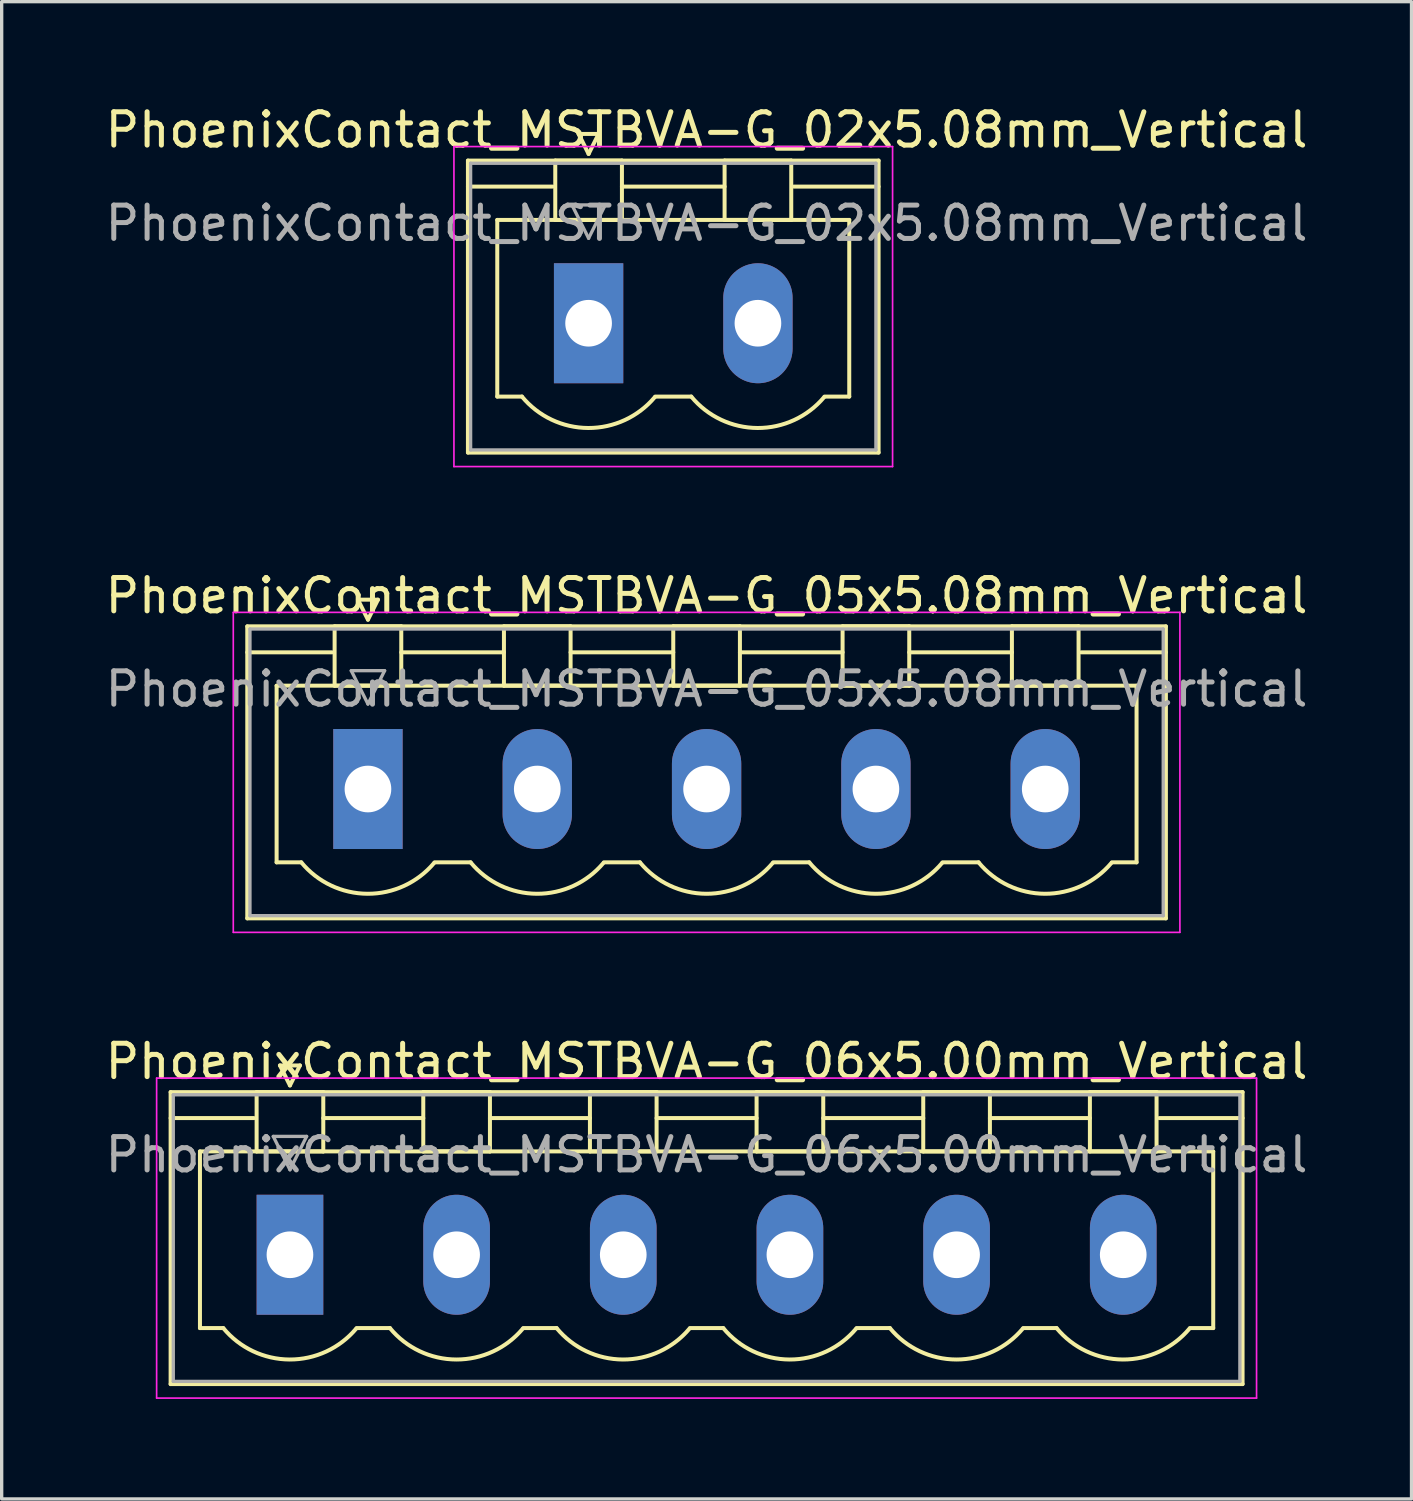
<source format=kicad_pcb>
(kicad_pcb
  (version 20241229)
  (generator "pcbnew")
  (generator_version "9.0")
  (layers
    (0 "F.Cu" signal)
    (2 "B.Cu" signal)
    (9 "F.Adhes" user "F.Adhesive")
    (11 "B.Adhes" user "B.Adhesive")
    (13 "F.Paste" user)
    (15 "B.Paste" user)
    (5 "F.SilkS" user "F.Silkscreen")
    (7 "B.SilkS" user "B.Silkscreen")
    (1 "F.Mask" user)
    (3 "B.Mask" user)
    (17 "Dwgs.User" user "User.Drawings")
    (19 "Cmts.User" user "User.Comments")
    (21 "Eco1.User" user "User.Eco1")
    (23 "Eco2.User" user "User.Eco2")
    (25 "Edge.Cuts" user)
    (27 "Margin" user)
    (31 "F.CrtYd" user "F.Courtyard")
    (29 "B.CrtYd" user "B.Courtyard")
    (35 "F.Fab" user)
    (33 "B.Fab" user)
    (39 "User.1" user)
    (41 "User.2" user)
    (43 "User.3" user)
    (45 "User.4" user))
  (footprint "PhoenixContact_MSTBVA-G_06x5.00mm_Vertical"
    (layer "F.Cu")
    (at 5.649 34.595)
    (property "Reference" "PhoenixContact_MSTBVA-G_06x5.00mm_Vertical" (at 12.5 -5.8 0) (layer "F.SilkS") (effects (font (size 1 1) (thickness 0.15))))
    (attr through_hole)
    (fp_line (start -3.58 -4.88) (end -3.58 3.88) (stroke (width 0.12) (type solid)) (layer "F.SilkS"))
    (fp_line (start -3.58 -4.1) (end -1.08 -4.1) (stroke (width 0.12) (type solid)) (layer "F.SilkS"))
    (fp_line (start -3.58 3.88) (end 28.58 3.88) (stroke (width 0.12) (type solid)) (layer "F.SilkS"))
    (fp_line (start -2.7 -3.1) (end 27.7 -3.1) (stroke (width 0.12) (type solid)) (layer "F.SilkS"))
    (fp_line (start -2.7 2.2) (end -2.7 -3.1) (stroke (width 0.12) (type solid)) (layer "F.SilkS"))
    (fp_line (start -2 2.2) (end -2.7 2.2) (stroke (width 0.12) (type solid)) (layer "F.SilkS"))
    (fp_line (start -1 -4.88) (end 1 -4.88) (stroke (width 0.12) (type solid)) (layer "F.SilkS"))
    (fp_line (start -1 -3.1) (end -1 -4.88) (stroke (width 0.12) (type solid)) (layer "F.SilkS"))
    (fp_line (start -0.3 -5.68) (end 0.3 -5.68) (stroke (width 0.12) (type solid)) (layer "F.SilkS"))
    (fp_line (start 0 -5.08) (end -0.3 -5.68) (stroke (width 0.12) (type solid)) (layer "F.SilkS"))
    (fp_line (start 0.3 -5.68) (end 0 -5.08) (stroke (width 0.12) (type solid)) (layer "F.SilkS"))
    (fp_line (start 1 -4.88) (end 1 -3.1) (stroke (width 0.12) (type solid)) (layer "F.SilkS"))
    (fp_line (start 1 -4.1) (end 4 -4.1) (stroke (width 0.12) (type solid)) (layer "F.SilkS"))
    (fp_line (start 1 -3.1) (end -1 -3.1) (stroke (width 0.12) (type solid)) (layer "F.SilkS"))
    (fp_line (start 2 2.2) (end 3 2.2) (stroke (width 0.12) (type solid)) (layer "F.SilkS"))
    (fp_line (start 4 -4.88) (end 6 -4.88) (stroke (width 0.12) (type solid)) (layer "F.SilkS"))
    (fp_line (start 4 -3.1) (end 4 -4.88) (stroke (width 0.12) (type solid)) (layer "F.SilkS"))
    (fp_line (start 6 -4.88) (end 6 -3.1) (stroke (width 0.12) (type solid)) (layer "F.SilkS"))
    (fp_line (start 6 -4.1) (end 9 -4.1) (stroke (width 0.12) (type solid)) (layer "F.SilkS"))
    (fp_line (start 6 -3.1) (end 4 -3.1) (stroke (width 0.12) (type solid)) (layer "F.SilkS"))
    (fp_line (start 7 2.2) (end 8 2.2) (stroke (width 0.12) (type solid)) (layer "F.SilkS"))
    (fp_line (start 9 -4.88) (end 11 -4.88) (stroke (width 0.12) (type solid)) (layer "F.SilkS"))
    (fp_line (start 9 -3.1) (end 9 -4.88) (stroke (width 0.12) (type solid)) (layer "F.SilkS"))
    (fp_line (start 11 -4.88) (end 11 -3.1) (stroke (width 0.12) (type solid)) (layer "F.SilkS"))
    (fp_line (start 11 -4.1) (end 14 -4.1) (stroke (width 0.12) (type solid)) (layer "F.SilkS"))
    (fp_line (start 11 -3.1) (end 9 -3.1) (stroke (width 0.12) (type solid)) (layer "F.SilkS"))
    (fp_line (start 12 2.2) (end 13 2.2) (stroke (width 0.12) (type solid)) (layer "F.SilkS"))
    (fp_line (start 14 -4.88) (end 16 -4.88) (stroke (width 0.12) (type solid)) (layer "F.SilkS"))
    (fp_line (start 14 -3.1) (end 14 -4.88) (stroke (width 0.12) (type solid)) (layer "F.SilkS"))
    (fp_line (start 16 -4.88) (end 16 -3.1) (stroke (width 0.12) (type solid)) (layer "F.SilkS"))
    (fp_line (start 16 -4.1) (end 19 -4.1) (stroke (width 0.12) (type solid)) (layer "F.SilkS"))
    (fp_line (start 16 -3.1) (end 14 -3.1) (stroke (width 0.12) (type solid)) (layer "F.SilkS"))
    (fp_line (start 17 2.2) (end 18 2.2) (stroke (width 0.12) (type solid)) (layer "F.SilkS"))
    (fp_line (start 19 -4.88) (end 21 -4.88) (stroke (width 0.12) (type solid)) (layer "F.SilkS"))
    (fp_line (start 19 -3.1) (end 19 -4.88) (stroke (width 0.12) (type solid)) (layer "F.SilkS"))
    (fp_line (start 21 -4.88) (end 21 -3.1) (stroke (width 0.12) (type solid)) (layer "F.SilkS"))
    (fp_line (start 21 -4.1) (end 24 -4.1) (stroke (width 0.12) (type solid)) (layer "F.SilkS"))
    (fp_line (start 21 -3.1) (end 19 -3.1) (stroke (width 0.12) (type solid)) (layer "F.SilkS"))
    (fp_line (start 22 2.2) (end 23 2.2) (stroke (width 0.12) (type solid)) (layer "F.SilkS"))
    (fp_line (start 24 -4.88) (end 26 -4.88) (stroke (width 0.12) (type solid)) (layer "F.SilkS"))
    (fp_line (start 24 -3.1) (end 24 -4.88) (stroke (width 0.12) (type solid)) (layer "F.SilkS"))
    (fp_line (start 26 -4.88) (end 26 -3.1) (stroke (width 0.12) (type solid)) (layer "F.SilkS"))
    (fp_line (start 26 -3.1) (end 24 -3.1) (stroke (width 0.12) (type solid)) (layer "F.SilkS"))
    (fp_line (start 27.7 -3.1) (end 27.7 2.2) (stroke (width 0.12) (type solid)) (layer "F.SilkS"))
    (fp_line (start 27.7 2.2) (end 27 2.2) (stroke (width 0.12) (type solid)) (layer "F.SilkS"))
    (fp_line (start 28.58 -4.88) (end -3.58 -4.88) (stroke (width 0.12) (type solid)) (layer "F.SilkS"))
    (fp_line (start 28.58 -4.1) (end 26.08 -4.1) (stroke (width 0.12) (type solid)) (layer "F.SilkS"))
    (fp_line (start 28.58 3.88) (end 28.58 -4.88) (stroke (width 0.12) (type solid)) (layer "F.SilkS"))
    (fp_arc (start 1.986842 2.215821) (mid -0.010289 3.142758) (end -2 2.2) (stroke (width 0.12) (type solid)) (layer "F.SilkS"))
    (fp_arc (start 6.986842 2.215821) (mid 4.989711 3.142758) (end 3 2.2) (stroke (width 0.12) (type solid)) (layer "F.SilkS"))
    (fp_arc (start 11.986842 2.215821) (mid 9.989711 3.142758) (end 8 2.2) (stroke (width 0.12) (type solid)) (layer "F.SilkS"))
    (fp_arc (start 16.986842 2.215821) (mid 14.989711 3.142758) (end 13 2.2) (stroke (width 0.12) (type solid)) (layer "F.SilkS"))
    (fp_arc (start 21.986842 2.215821) (mid 19.989711 3.142758) (end 18 2.2) (stroke (width 0.12) (type solid)) (layer "F.SilkS"))
    (fp_arc (start 26.986842 2.215821) (mid 24.989711 3.142758) (end 23 2.2) (stroke (width 0.12) (type solid)) (layer "F.SilkS"))
    (fp_line (start -4 -5.3) (end -4 4.3) (stroke (width 0.05) (type solid)) (layer "F.CrtYd"))
    (fp_line (start -4 4.3) (end 29 4.3) (stroke (width 0.05) (type solid)) (layer "F.CrtYd"))
    (fp_line (start 29 -5.3) (end -4 -5.3) (stroke (width 0.05) (type solid)) (layer "F.CrtYd"))
    (fp_line (start 29 4.3) (end 29 -5.3) (stroke (width 0.05) (type solid)) (layer "F.CrtYd"))
    (fp_line (start -3.5 -4.8) (end -3.5 3.8) (stroke (width 0.1) (type solid)) (layer "F.Fab"))
    (fp_line (start -3.5 3.8) (end 28.5 3.8) (stroke (width 0.1) (type solid)) (layer "F.Fab"))
    (fp_line (start -0.5 -3.55) (end 0.5 -3.55) (stroke (width 0.1) (type solid)) (layer "F.Fab"))
    (fp_line (start 0 -2.55) (end -0.5 -3.55) (stroke (width 0.1) (type solid)) (layer "F.Fab"))
    (fp_line (start 0.5 -3.55) (end 0 -2.55) (stroke (width 0.1) (type solid)) (layer "F.Fab"))
    (fp_line (start 28.5 -4.8) (end -3.5 -4.8) (stroke (width 0.1) (type solid)) (layer "F.Fab"))
    (fp_line (start 28.5 3.8) (end 28.5 -4.8) (stroke (width 0.1) (type solid)) (layer "F.Fab"))
    (fp_text user "${REFERENCE}" (at 12.5 -3 0) (layer "F.Fab") (effects (font (size 1 1) (thickness 0.15))))
    (pad "1" thru_hole rect (at 0 0) (size 2 3.6) (drill 1.4) (layers "*.Cu" "*.Mask"))
    (pad "2" thru_hole oval (at 5 0) (size 2 3.6) (drill 1.4) (layers "*.Cu" "*.Mask"))
    (pad "3" thru_hole oval (at 10 0) (size 2 3.6) (drill 1.4) (layers "*.Cu" "*.Mask"))
    (pad "4" thru_hole oval (at 15 0) (size 2 3.6) (drill 1.4) (layers "*.Cu" "*.Mask"))
    (pad "5" thru_hole oval (at 20 0) (size 2 3.6) (drill 1.4) (layers "*.Cu" "*.Mask"))
    (pad "6" thru_hole oval (at 25 0) (size 2 3.6) (drill 1.4) (layers "*.Cu" "*.Mask")))
  (footprint "PhoenixContact_MSTBVA-G_05x5.08mm_Vertical"
    (layer "F.Cu")
    (at 7.989 20.622)
    (property "Reference" "PhoenixContact_MSTBVA-G_05x5.08mm_Vertical" (at 10.16 -5.8 0) (layer "F.SilkS") (effects (font (size 1 1) (thickness 0.15))))
    (attr through_hole)
    (fp_line (start -3.62 -4.88) (end -3.62 3.88) (stroke (width 0.12) (type solid)) (layer "F.SilkS"))
    (fp_line (start -3.62 -4.1) (end -1.08 -4.1) (stroke (width 0.12) (type solid)) (layer "F.SilkS"))
    (fp_line (start -3.62 3.88) (end 23.94 3.88) (stroke (width 0.12) (type solid)) (layer "F.SilkS"))
    (fp_line (start -2.74 -3.1) (end 23.06 -3.1) (stroke (width 0.12) (type solid)) (layer "F.SilkS"))
    (fp_line (start -2.74 2.2) (end -2.74 -3.1) (stroke (width 0.12) (type solid)) (layer "F.SilkS"))
    (fp_line (start -2 2.2) (end -2.74 2.2) (stroke (width 0.12) (type solid)) (layer "F.SilkS"))
    (fp_line (start -1 -4.88) (end 1 -4.88) (stroke (width 0.12) (type solid)) (layer "F.SilkS"))
    (fp_line (start -1 -3.1) (end -1 -4.88) (stroke (width 0.12) (type solid)) (layer "F.SilkS"))
    (fp_line (start -0.3 -5.68) (end 0.3 -5.68) (stroke (width 0.12) (type solid)) (layer "F.SilkS"))
    (fp_line (start 0 -5.08) (end -0.3 -5.68) (stroke (width 0.12) (type solid)) (layer "F.SilkS"))
    (fp_line (start 0.3 -5.68) (end 0 -5.08) (stroke (width 0.12) (type solid)) (layer "F.SilkS"))
    (fp_line (start 1 -4.88) (end 1 -3.1) (stroke (width 0.12) (type solid)) (layer "F.SilkS"))
    (fp_line (start 1 -4.1) (end 4.08 -4.1) (stroke (width 0.12) (type solid)) (layer "F.SilkS"))
    (fp_line (start 1 -3.1) (end -1 -3.1) (stroke (width 0.12) (type solid)) (layer "F.SilkS"))
    (fp_line (start 2 2.2) (end 3.08 2.2) (stroke (width 0.12) (type solid)) (layer "F.SilkS"))
    (fp_line (start 4.08 -4.88) (end 6.08 -4.88) (stroke (width 0.12) (type solid)) (layer "F.SilkS"))
    (fp_line (start 4.08 -3.1) (end 4.08 -4.88) (stroke (width 0.12) (type solid)) (layer "F.SilkS"))
    (fp_line (start 6.08 -4.88) (end 6.08 -3.1) (stroke (width 0.12) (type solid)) (layer "F.SilkS"))
    (fp_line (start 6.08 -4.1) (end 9.16 -4.1) (stroke (width 0.12) (type solid)) (layer "F.SilkS"))
    (fp_line (start 6.08 -3.1) (end 4.08 -3.1) (stroke (width 0.12) (type solid)) (layer "F.SilkS"))
    (fp_line (start 7.08 2.2) (end 8.16 2.2) (stroke (width 0.12) (type solid)) (layer "F.SilkS"))
    (fp_line (start 9.16 -4.88) (end 11.16 -4.88) (stroke (width 0.12) (type solid)) (layer "F.SilkS"))
    (fp_line (start 9.16 -3.1) (end 9.16 -4.88) (stroke (width 0.12) (type solid)) (layer "F.SilkS"))
    (fp_line (start 11.16 -4.88) (end 11.16 -3.1) (stroke (width 0.12) (type solid)) (layer "F.SilkS"))
    (fp_line (start 11.16 -4.1) (end 14.24 -4.1) (stroke (width 0.12) (type solid)) (layer "F.SilkS"))
    (fp_line (start 11.16 -3.1) (end 9.16 -3.1) (stroke (width 0.12) (type solid)) (layer "F.SilkS"))
    (fp_line (start 12.16 2.2) (end 13.24 2.2) (stroke (width 0.12) (type solid)) (layer "F.SilkS"))
    (fp_line (start 14.24 -4.88) (end 16.24 -4.88) (stroke (width 0.12) (type solid)) (layer "F.SilkS"))
    (fp_line (start 14.24 -3.1) (end 14.24 -4.88) (stroke (width 0.12) (type solid)) (layer "F.SilkS"))
    (fp_line (start 16.24 -4.88) (end 16.24 -3.1) (stroke (width 0.12) (type solid)) (layer "F.SilkS"))
    (fp_line (start 16.24 -4.1) (end 19.32 -4.1) (stroke (width 0.12) (type solid)) (layer "F.SilkS"))
    (fp_line (start 16.24 -3.1) (end 14.24 -3.1) (stroke (width 0.12) (type solid)) (layer "F.SilkS"))
    (fp_line (start 17.24 2.2) (end 18.32 2.2) (stroke (width 0.12) (type solid)) (layer "F.SilkS"))
    (fp_line (start 19.32 -4.88) (end 21.32 -4.88) (stroke (width 0.12) (type solid)) (layer "F.SilkS"))
    (fp_line (start 19.32 -3.1) (end 19.32 -4.88) (stroke (width 0.12) (type solid)) (layer "F.SilkS"))
    (fp_line (start 21.32 -4.88) (end 21.32 -3.1) (stroke (width 0.12) (type solid)) (layer "F.SilkS"))
    (fp_line (start 21.32 -3.1) (end 19.32 -3.1) (stroke (width 0.12) (type solid)) (layer "F.SilkS"))
    (fp_line (start 23.06 -3.1) (end 23.06 2.2) (stroke (width 0.12) (type solid)) (layer "F.SilkS"))
    (fp_line (start 23.06 2.2) (end 22.32 2.2) (stroke (width 0.12) (type solid)) (layer "F.SilkS"))
    (fp_line (start 23.94 -4.88) (end -3.62 -4.88) (stroke (width 0.12) (type solid)) (layer "F.SilkS"))
    (fp_line (start 23.94 -4.1) (end 21.4 -4.1) (stroke (width 0.12) (type solid)) (layer "F.SilkS"))
    (fp_line (start 23.94 3.88) (end 23.94 -4.88) (stroke (width 0.12) (type solid)) (layer "F.SilkS"))
    (fp_arc (start 1.986842 2.215821) (mid -0.010289 3.142758) (end -2 2.2) (stroke (width 0.12) (type solid)) (layer "F.SilkS"))
    (fp_arc (start 7.066842 2.215821) (mid 5.069711 3.142758) (end 3.08 2.2) (stroke (width 0.12) (type solid)) (layer "F.SilkS"))
    (fp_arc (start 12.146842 2.215821) (mid 10.149711 3.142758) (end 8.16 2.2) (stroke (width 0.12) (type solid)) (layer "F.SilkS"))
    (fp_arc (start 17.226842 2.215821) (mid 15.229711 3.142758) (end 13.24 2.2) (stroke (width 0.12) (type solid)) (layer "F.SilkS"))
    (fp_arc (start 22.306842 2.215821) (mid 20.309711 3.142758) (end 18.32 2.2) (stroke (width 0.12) (type solid)) (layer "F.SilkS"))
    (fp_line (start -4.04 -5.3) (end -4.04 4.3) (stroke (width 0.05) (type solid)) (layer "F.CrtYd"))
    (fp_line (start -4.04 4.3) (end 24.36 4.3) (stroke (width 0.05) (type solid)) (layer "F.CrtYd"))
    (fp_line (start 24.36 -5.3) (end -4.04 -5.3) (stroke (width 0.05) (type solid)) (layer "F.CrtYd"))
    (fp_line (start 24.36 4.3) (end 24.36 -5.3) (stroke (width 0.05) (type solid)) (layer "F.CrtYd"))
    (fp_line (start -3.54 -4.8) (end -3.54 3.8) (stroke (width 0.1) (type solid)) (layer "F.Fab"))
    (fp_line (start -3.54 3.8) (end 23.86 3.8) (stroke (width 0.1) (type solid)) (layer "F.Fab"))
    (fp_line (start -0.5 -3.55) (end 0.5 -3.55) (stroke (width 0.1) (type solid)) (layer "F.Fab"))
    (fp_line (start 0 -2.55) (end -0.5 -3.55) (stroke (width 0.1) (type solid)) (layer "F.Fab"))
    (fp_line (start 0.5 -3.55) (end 0 -2.55) (stroke (width 0.1) (type solid)) (layer "F.Fab"))
    (fp_line (start 23.86 -4.8) (end -3.54 -4.8) (stroke (width 0.1) (type solid)) (layer "F.Fab"))
    (fp_line (start 23.86 3.8) (end 23.86 -4.8) (stroke (width 0.1) (type solid)) (layer "F.Fab"))
    (fp_text user "${REFERENCE}" (at 10.16 -3 0) (layer "F.Fab") (effects (font (size 1 1) (thickness 0.15))))
    (pad "1" thru_hole rect (at 0 0) (size 2.08 3.6) (drill 1.4) (layers "*.Cu" "*.Mask"))
    (pad "2" thru_hole oval (at 5.08 0) (size 2.08 3.6) (drill 1.4) (layers "*.Cu" "*.Mask"))
    (pad "3" thru_hole oval (at 10.16 0) (size 2.08 3.6) (drill 1.4) (layers "*.Cu" "*.Mask"))
    (pad "4" thru_hole oval (at 15.24 0) (size 2.08 3.6) (drill 1.4) (layers "*.Cu" "*.Mask"))
    (pad "5" thru_hole oval (at 20.32 0) (size 2.08 3.6) (drill 1.4) (layers "*.Cu" "*.Mask")))
  (footprint "PhoenixContact_MSTBVA-G_02x5.08mm_Vertical"
    (layer "F.Cu")
    (at 14.609 6.648)
    (property "Reference" "PhoenixContact_MSTBVA-G_02x5.08mm_Vertical" (at 3.54 -5.8 0) (layer "F.SilkS") (effects (font (size 1 1) (thickness 0.15))))
    (attr through_hole)
    (fp_line (start -3.62 -4.88) (end -3.62 3.88) (stroke (width 0.12) (type solid)) (layer "F.SilkS"))
    (fp_line (start -3.62 -4.1) (end -1.08 -4.1) (stroke (width 0.12) (type solid)) (layer "F.SilkS"))
    (fp_line (start -3.62 3.88) (end 8.7 3.88) (stroke (width 0.12) (type solid)) (layer "F.SilkS"))
    (fp_line (start -2.74 -3.1) (end 7.82 -3.1) (stroke (width 0.12) (type solid)) (layer "F.SilkS"))
    (fp_line (start -2.74 2.2) (end -2.74 -3.1) (stroke (width 0.12) (type solid)) (layer "F.SilkS"))
    (fp_line (start -2 2.2) (end -2.74 2.2) (stroke (width 0.12) (type solid)) (layer "F.SilkS"))
    (fp_line (start -1 -4.88) (end 1 -4.88) (stroke (width 0.12) (type solid)) (layer "F.SilkS"))
    (fp_line (start -1 -3.1) (end -1 -4.88) (stroke (width 0.12) (type solid)) (layer "F.SilkS"))
    (fp_line (start -0.3 -5.68) (end 0.3 -5.68) (stroke (width 0.12) (type solid)) (layer "F.SilkS"))
    (fp_line (start 0 -5.08) (end -0.3 -5.68) (stroke (width 0.12) (type solid)) (layer "F.SilkS"))
    (fp_line (start 0.3 -5.68) (end 0 -5.08) (stroke (width 0.12) (type solid)) (layer "F.SilkS"))
    (fp_line (start 1 -4.88) (end 1 -3.1) (stroke (width 0.12) (type solid)) (layer "F.SilkS"))
    (fp_line (start 1 -4.1) (end 4.08 -4.1) (stroke (width 0.12) (type solid)) (layer "F.SilkS"))
    (fp_line (start 1 -3.1) (end -1 -3.1) (stroke (width 0.12) (type solid)) (layer "F.SilkS"))
    (fp_line (start 2 2.2) (end 3.08 2.2) (stroke (width 0.12) (type solid)) (layer "F.SilkS"))
    (fp_line (start 4.08 -4.88) (end 6.08 -4.88) (stroke (width 0.12) (type solid)) (layer "F.SilkS"))
    (fp_line (start 4.08 -3.1) (end 4.08 -4.88) (stroke (width 0.12) (type solid)) (layer "F.SilkS"))
    (fp_line (start 6.08 -4.88) (end 6.08 -3.1) (stroke (width 0.12) (type solid)) (layer "F.SilkS"))
    (fp_line (start 6.08 -3.1) (end 4.08 -3.1) (stroke (width 0.12) (type solid)) (layer "F.SilkS"))
    (fp_line (start 7.82 -3.1) (end 7.82 2.2) (stroke (width 0.12) (type solid)) (layer "F.SilkS"))
    (fp_line (start 7.82 2.2) (end 7.08 2.2) (stroke (width 0.12) (type solid)) (layer "F.SilkS"))
    (fp_line (start 8.7 -4.88) (end -3.62 -4.88) (stroke (width 0.12) (type solid)) (layer "F.SilkS"))
    (fp_line (start 8.7 -4.1) (end 6.16 -4.1) (stroke (width 0.12) (type solid)) (layer "F.SilkS"))
    (fp_line (start 8.7 3.88) (end 8.7 -4.88) (stroke (width 0.12) (type solid)) (layer "F.SilkS"))
    (fp_arc (start 1.986842 2.215821) (mid -0.010289 3.142758) (end -2 2.2) (stroke (width 0.12) (type solid)) (layer "F.SilkS"))
    (fp_arc (start 7.066842 2.215821) (mid 5.069711 3.142758) (end 3.08 2.2) (stroke (width 0.12) (type solid)) (layer "F.SilkS"))
    (fp_line (start -4.04 -5.3) (end -4.04 4.3) (stroke (width 0.05) (type solid)) (layer "F.CrtYd"))
    (fp_line (start -4.04 4.3) (end 9.12 4.3) (stroke (width 0.05) (type solid)) (layer "F.CrtYd"))
    (fp_line (start 9.12 -5.3) (end -4.04 -5.3) (stroke (width 0.05) (type solid)) (layer "F.CrtYd"))
    (fp_line (start 9.12 4.3) (end 9.12 -5.3) (stroke (width 0.05) (type solid)) (layer "F.CrtYd"))
    (fp_line (start -3.54 -4.8) (end -3.54 3.8) (stroke (width 0.1) (type solid)) (layer "F.Fab"))
    (fp_line (start -3.54 3.8) (end 8.62 3.8) (stroke (width 0.1) (type solid)) (layer "F.Fab"))
    (fp_line (start -0.5 -3.55) (end 0.5 -3.55) (stroke (width 0.1) (type solid)) (layer "F.Fab"))
    (fp_line (start 0 -2.55) (end -0.5 -3.55) (stroke (width 0.1) (type solid)) (layer "F.Fab"))
    (fp_line (start 0.5 -3.55) (end 0 -2.55) (stroke (width 0.1) (type solid)) (layer "F.Fab"))
    (fp_line (start 8.62 -4.8) (end -3.54 -4.8) (stroke (width 0.1) (type solid)) (layer "F.Fab"))
    (fp_line (start 8.62 3.8) (end 8.62 -4.8) (stroke (width 0.1) (type solid)) (layer "F.Fab"))
    (fp_text user "${REFERENCE}" (at 3.54 -3 0) (layer "F.Fab") (effects (font (size 1 1) (thickness 0.15))))
    (pad "1" thru_hole rect (at 0 0) (size 2.08 3.6) (drill 1.4) (layers "*.Cu" "*.Mask"))
    (pad "2" thru_hole oval (at 5.08 0) (size 2.08 3.6) (drill 1.4) (layers "*.Cu" "*.Mask")))
  (gr_rect
    (start -3 -3)
    (end 39.298 41.92)
    (stroke (width 0.1) (type default))
    (fill no)
    (layer "Edge.Cuts")))
</source>
